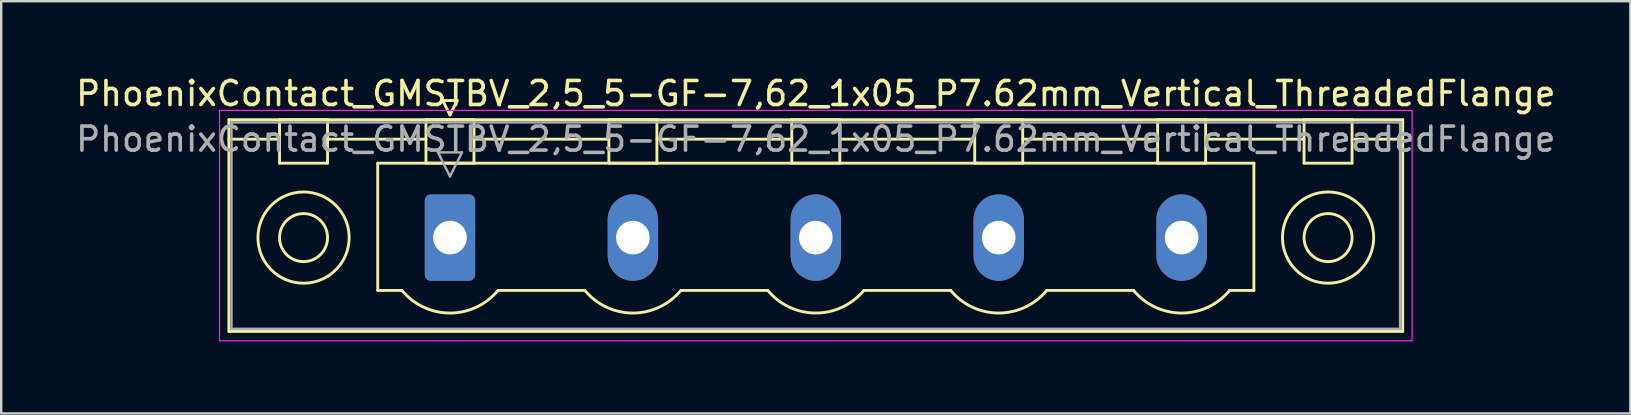
<source format=kicad_pcb>
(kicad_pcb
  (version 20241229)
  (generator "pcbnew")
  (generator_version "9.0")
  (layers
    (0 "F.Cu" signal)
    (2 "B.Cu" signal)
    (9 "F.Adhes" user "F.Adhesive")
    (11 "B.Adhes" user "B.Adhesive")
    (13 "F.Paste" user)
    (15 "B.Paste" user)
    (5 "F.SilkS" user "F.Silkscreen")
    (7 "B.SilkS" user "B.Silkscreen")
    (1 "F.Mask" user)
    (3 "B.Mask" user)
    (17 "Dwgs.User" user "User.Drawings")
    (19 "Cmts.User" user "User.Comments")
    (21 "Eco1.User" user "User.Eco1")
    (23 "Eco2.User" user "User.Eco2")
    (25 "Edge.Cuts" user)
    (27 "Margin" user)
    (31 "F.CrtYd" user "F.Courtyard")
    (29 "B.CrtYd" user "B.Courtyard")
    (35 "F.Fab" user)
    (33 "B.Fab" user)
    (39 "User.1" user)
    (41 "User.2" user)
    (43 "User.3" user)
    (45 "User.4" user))
  (footprint "PhoenixContact_GMSTBV_2,5_5-GF-7,62_1x05_P7.62mm_Vertical_ThreadedFlange"
    (layer "F.Cu")
    (at 15.695 6.848)
    (property "Reference" "PhoenixContact_GMSTBV_2,5_5-GF-7,62_1x05_P7.62mm_Vertical_ThreadedFlange" (at 15.24 -6 0) (layer "F.SilkS") (effects (font (size 1 1) (thickness 0.15))))
    (attr through_hole)
    (fp_line (start -9.21 -4.91) (end -9.21 3.91) (stroke (width 0.12) (type solid)) (layer "F.SilkS"))
    (fp_line (start -9.21 -4.1) (end -7.21 -4.1) (stroke (width 0.12) (type solid)) (layer "F.SilkS"))
    (fp_line (start -9.21 3.91) (end 39.69 3.91) (stroke (width 0.12) (type solid)) (layer "F.SilkS"))
    (fp_line (start -7.1 -4.91) (end -5.1 -4.91) (stroke (width 0.12) (type solid)) (layer "F.SilkS"))
    (fp_line (start -7.1 -3.1) (end -7.1 -4.91) (stroke (width 0.12) (type solid)) (layer "F.SilkS"))
    (fp_line (start -5.1 -4.91) (end -5.1 -3.1) (stroke (width 0.12) (type solid)) (layer "F.SilkS"))
    (fp_line (start -5.1 -4.1) (end -1 -4.1) (stroke (width 0.12) (type solid)) (layer "F.SilkS"))
    (fp_line (start -5.1 -3.1) (end -7.1 -3.1) (stroke (width 0.12) (type solid)) (layer "F.SilkS"))
    (fp_line (start -3.01 -3.1) (end 33.49 -3.1) (stroke (width 0.12) (type solid)) (layer "F.SilkS"))
    (fp_line (start -3.01 2.2) (end -3.01 -3.1) (stroke (width 0.12) (type solid)) (layer "F.SilkS"))
    (fp_line (start -2 2.2) (end -3.01 2.2) (stroke (width 0.12) (type solid)) (layer "F.SilkS"))
    (fp_line (start -1 -4.91) (end 1 -4.91) (stroke (width 0.12) (type solid)) (layer "F.SilkS"))
    (fp_line (start -1 -3.1) (end -1 -4.91) (stroke (width 0.12) (type solid)) (layer "F.SilkS"))
    (fp_line (start -0.3 -5.71) (end 0.3 -5.71) (stroke (width 0.12) (type solid)) (layer "F.SilkS"))
    (fp_line (start 0 -5.11) (end -0.3 -5.71) (stroke (width 0.12) (type solid)) (layer "F.SilkS"))
    (fp_line (start 0.3 -5.71) (end 0 -5.11) (stroke (width 0.12) (type solid)) (layer "F.SilkS"))
    (fp_line (start 1 -4.91) (end 1 -3.1) (stroke (width 0.12) (type solid)) (layer "F.SilkS"))
    (fp_line (start 1 -4.1) (end 6.62 -4.1) (stroke (width 0.12) (type solid)) (layer "F.SilkS"))
    (fp_line (start 1 -3.1) (end -1 -3.1) (stroke (width 0.12) (type solid)) (layer "F.SilkS"))
    (fp_line (start 2 2.2) (end 5.62 2.2) (stroke (width 0.12) (type solid)) (layer "F.SilkS"))
    (fp_line (start 6.62 -4.91) (end 8.62 -4.91) (stroke (width 0.12) (type solid)) (layer "F.SilkS"))
    (fp_line (start 6.62 -3.1) (end 6.62 -4.91) (stroke (width 0.12) (type solid)) (layer "F.SilkS"))
    (fp_line (start 8.62 -4.91) (end 8.62 -3.1) (stroke (width 0.12) (type solid)) (layer "F.SilkS"))
    (fp_line (start 8.62 -4.1) (end 14.24 -4.1) (stroke (width 0.12) (type solid)) (layer "F.SilkS"))
    (fp_line (start 8.62 -3.1) (end 6.62 -3.1) (stroke (width 0.12) (type solid)) (layer "F.SilkS"))
    (fp_line (start 9.62 2.2) (end 13.24 2.2) (stroke (width 0.12) (type solid)) (layer "F.SilkS"))
    (fp_line (start 14.24 -4.91) (end 16.24 -4.91) (stroke (width 0.12) (type solid)) (layer "F.SilkS"))
    (fp_line (start 14.24 -3.1) (end 14.24 -4.91) (stroke (width 0.12) (type solid)) (layer "F.SilkS"))
    (fp_line (start 16.24 -4.91) (end 16.24 -3.1) (stroke (width 0.12) (type solid)) (layer "F.SilkS"))
    (fp_line (start 16.24 -4.1) (end 21.86 -4.1) (stroke (width 0.12) (type solid)) (layer "F.SilkS"))
    (fp_line (start 16.24 -3.1) (end 14.24 -3.1) (stroke (width 0.12) (type solid)) (layer "F.SilkS"))
    (fp_line (start 17.24 2.2) (end 20.86 2.2) (stroke (width 0.12) (type solid)) (layer "F.SilkS"))
    (fp_line (start 21.86 -4.91) (end 23.86 -4.91) (stroke (width 0.12) (type solid)) (layer "F.SilkS"))
    (fp_line (start 21.86 -3.1) (end 21.86 -4.91) (stroke (width 0.12) (type solid)) (layer "F.SilkS"))
    (fp_line (start 23.86 -4.91) (end 23.86 -3.1) (stroke (width 0.12) (type solid)) (layer "F.SilkS"))
    (fp_line (start 23.86 -4.1) (end 29.48 -4.1) (stroke (width 0.12) (type solid)) (layer "F.SilkS"))
    (fp_line (start 23.86 -3.1) (end 21.86 -3.1) (stroke (width 0.12) (type solid)) (layer "F.SilkS"))
    (fp_line (start 24.86 2.2) (end 28.48 2.2) (stroke (width 0.12) (type solid)) (layer "F.SilkS"))
    (fp_line (start 29.48 -4.91) (end 31.48 -4.91) (stroke (width 0.12) (type solid)) (layer "F.SilkS"))
    (fp_line (start 29.48 -3.1) (end 29.48 -4.91) (stroke (width 0.12) (type solid)) (layer "F.SilkS"))
    (fp_line (start 31.48 -4.91) (end 31.48 -3.1) (stroke (width 0.12) (type solid)) (layer "F.SilkS"))
    (fp_line (start 31.48 -4.1) (end 35.58 -4.1) (stroke (width 0.12) (type solid)) (layer "F.SilkS"))
    (fp_line (start 31.48 -3.1) (end 29.48 -3.1) (stroke (width 0.12) (type solid)) (layer "F.SilkS"))
    (fp_line (start 33.49 -3.1) (end 33.49 2.2) (stroke (width 0.12) (type solid)) (layer "F.SilkS"))
    (fp_line (start 33.49 2.2) (end 32.48 2.2) (stroke (width 0.12) (type solid)) (layer "F.SilkS"))
    (fp_line (start 35.58 -4.91) (end 37.58 -4.91) (stroke (width 0.12) (type solid)) (layer "F.SilkS"))
    (fp_line (start 35.58 -3.1) (end 35.58 -4.91) (stroke (width 0.12) (type solid)) (layer "F.SilkS"))
    (fp_line (start 37.58 -4.91) (end 37.58 -3.1) (stroke (width 0.12) (type solid)) (layer "F.SilkS"))
    (fp_line (start 37.58 -3.1) (end 35.58 -3.1) (stroke (width 0.12) (type solid)) (layer "F.SilkS"))
    (fp_line (start 39.69 -4.91) (end -9.21 -4.91) (stroke (width 0.12) (type solid)) (layer "F.SilkS"))
    (fp_line (start 39.69 -4.1) (end 37.69 -4.1) (stroke (width 0.12) (type solid)) (layer "F.SilkS"))
    (fp_line (start 39.69 3.91) (end 39.69 -4.91) (stroke (width 0.12) (type solid)) (layer "F.SilkS"))
    (fp_arc (start 1.986842 2.215821) (mid -0.010289 3.142758) (end -2 2.2) (stroke (width 0.12) (type solid)) (layer "F.SilkS"))
    (fp_arc (start 9.606842 2.215821) (mid 7.609711 3.142758) (end 5.62 2.2) (stroke (width 0.12) (type solid)) (layer "F.SilkS"))
    (fp_arc (start 17.226842 2.215821) (mid 15.229711 3.142758) (end 13.24 2.2) (stroke (width 0.12) (type solid)) (layer "F.SilkS"))
    (fp_arc (start 24.846842 2.215821) (mid 22.849711 3.142758) (end 20.86 2.2) (stroke (width 0.12) (type solid)) (layer "F.SilkS"))
    (fp_arc (start 32.466842 2.215821) (mid 30.469711 3.142758) (end 28.48 2.2) (stroke (width 0.12) (type solid)) (layer "F.SilkS"))
    (fp_circle (center -6.1 0) (end -5.1 0) (stroke (width 0.12) (type solid)) (fill no) (layer "F.SilkS"))
    (fp_circle (center -6.1 0) (end -4.2 0) (stroke (width 0.12) (type solid)) (fill no) (layer "F.SilkS"))
    (fp_circle (center 36.58 0) (end 37.58 0) (stroke (width 0.12) (type solid)) (fill no) (layer "F.SilkS"))
    (fp_circle (center 36.58 0) (end 38.48 0) (stroke (width 0.12) (type solid)) (fill no) (layer "F.SilkS"))
    (fp_line (start -9.6 -5.3) (end -9.6 4.3) (stroke (width 0.05) (type solid)) (layer "F.CrtYd"))
    (fp_line (start -9.6 4.3) (end 40.08 4.3) (stroke (width 0.05) (type solid)) (layer "F.CrtYd"))
    (fp_line (start 40.08 -5.3) (end -9.6 -5.3) (stroke (width 0.05) (type solid)) (layer "F.CrtYd"))
    (fp_line (start 40.08 4.3) (end 40.08 -5.3) (stroke (width 0.05) (type solid)) (layer "F.CrtYd"))
    (fp_line (start -9.1 -4.8) (end -9.1 3.8) (stroke (width 0.1) (type solid)) (layer "F.Fab"))
    (fp_line (start -9.1 3.8) (end 39.58 3.8) (stroke (width 0.1) (type solid)) (layer "F.Fab"))
    (fp_line (start -0.5 -3.55) (end 0.5 -3.55) (stroke (width 0.1) (type solid)) (layer "F.Fab"))
    (fp_line (start 0 -2.55) (end -0.5 -3.55) (stroke (width 0.1) (type solid)) (layer "F.Fab"))
    (fp_line (start 0.5 -3.55) (end 0 -2.55) (stroke (width 0.1) (type solid)) (layer "F.Fab"))
    (fp_line (start 39.58 -4.8) (end -9.1 -4.8) (stroke (width 0.1) (type solid)) (layer "F.Fab"))
    (fp_line (start 39.58 3.8) (end 39.58 -4.8) (stroke (width 0.1) (type solid)) (layer "F.Fab"))
    (fp_text user "${REFERENCE}" (at 15.24 -4.1 0) (layer "F.Fab") (effects (font (size 1 1) (thickness 0.15))))
    (pad "1" thru_hole roundrect (at 0 0) (size 2.1 3.6) (drill 1.4) (layers "*.Cu" "*.Mask") (roundrect_rratio 0.119))
    (pad "2" thru_hole oval (at 7.62 0) (size 2.1 3.6) (drill 1.4) (layers "*.Cu" "*.Mask"))
    (pad "3" thru_hole oval (at 15.24 0) (size 2.1 3.6) (drill 1.4) (layers "*.Cu" "*.Mask"))
    (pad "4" thru_hole oval (at 22.86 0) (size 2.1 3.6) (drill 1.4) (layers "*.Cu" "*.Mask"))
    (pad "5" thru_hole oval (at 30.48 0) (size 2.1 3.6) (drill 1.4) (layers "*.Cu" "*.Mask")))
  (gr_rect
    (start -3 -3)
    (end 64.869 14.173)
    (stroke (width 0.1) (type default))
    (fill no)
    (layer "Edge.Cuts")))
</source>
